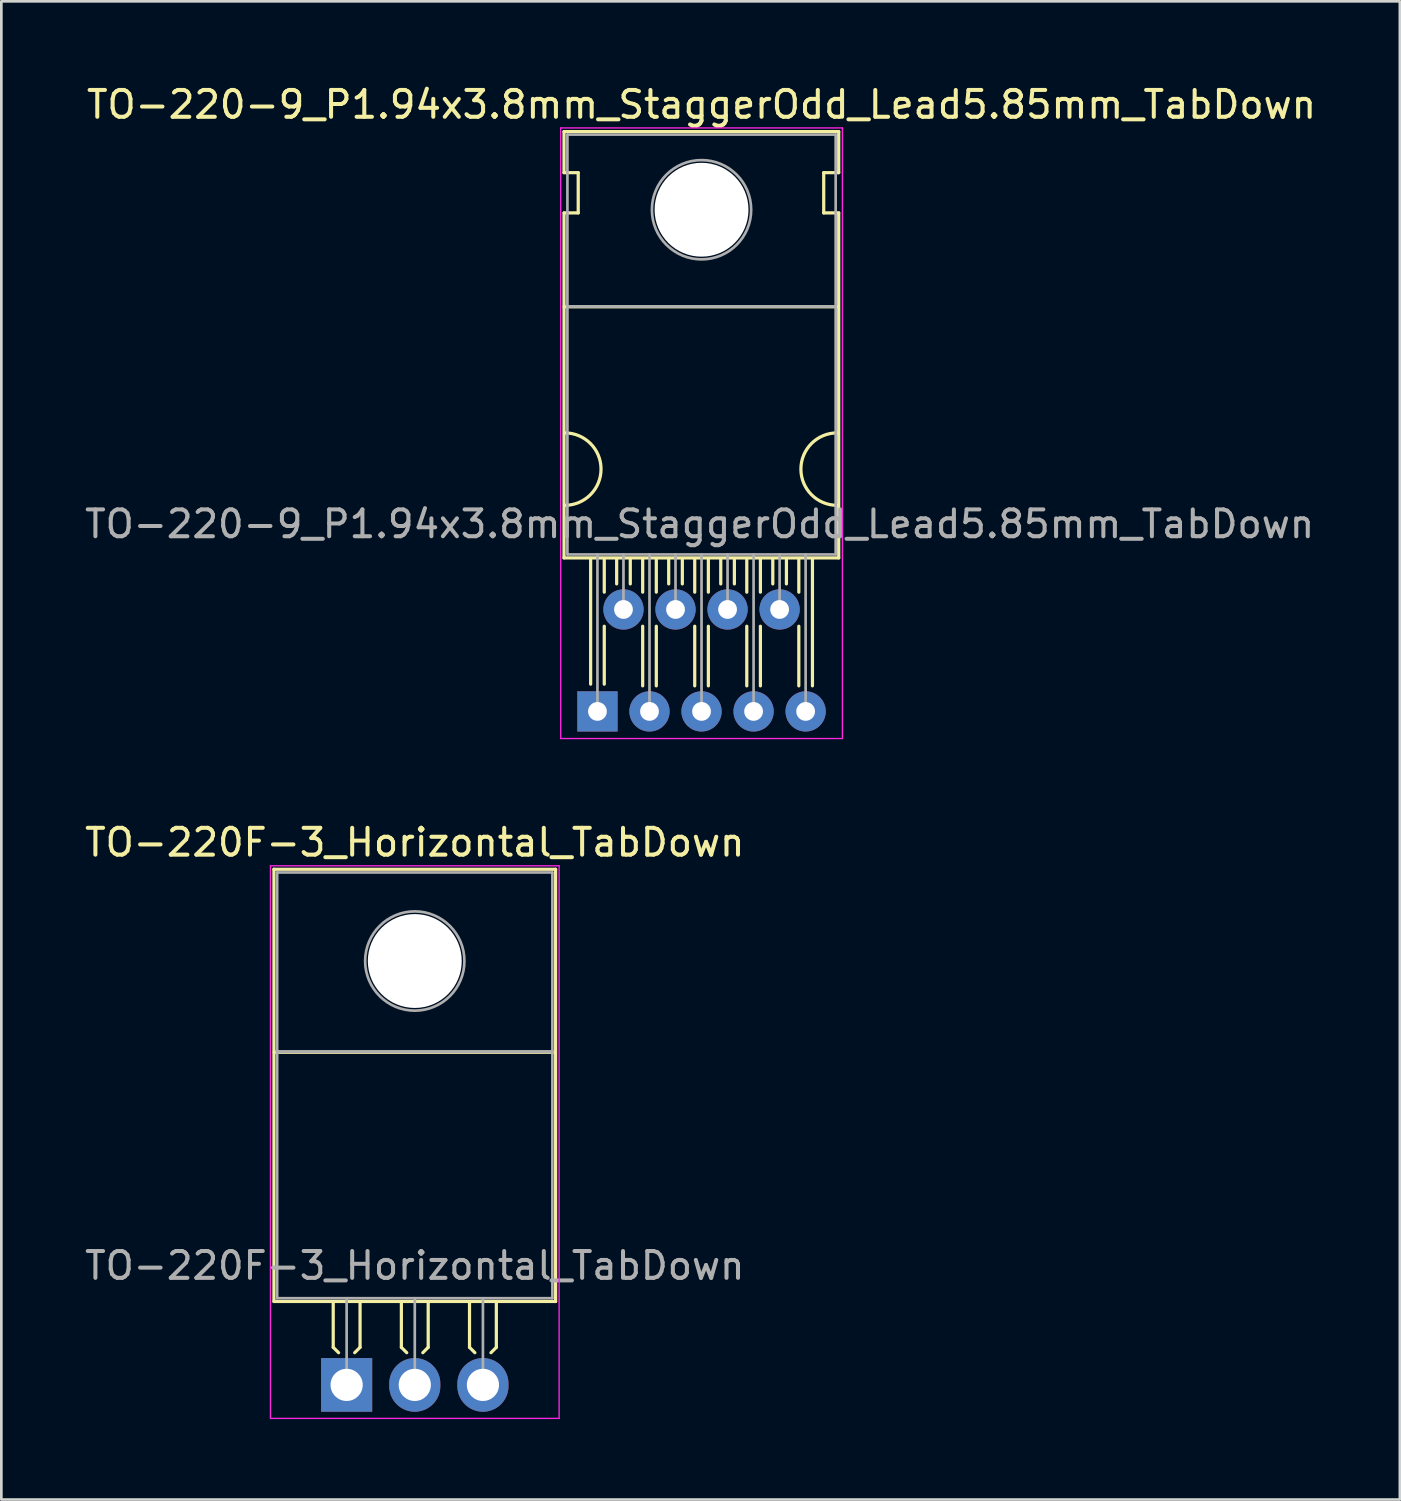
<source format=kicad_pcb>
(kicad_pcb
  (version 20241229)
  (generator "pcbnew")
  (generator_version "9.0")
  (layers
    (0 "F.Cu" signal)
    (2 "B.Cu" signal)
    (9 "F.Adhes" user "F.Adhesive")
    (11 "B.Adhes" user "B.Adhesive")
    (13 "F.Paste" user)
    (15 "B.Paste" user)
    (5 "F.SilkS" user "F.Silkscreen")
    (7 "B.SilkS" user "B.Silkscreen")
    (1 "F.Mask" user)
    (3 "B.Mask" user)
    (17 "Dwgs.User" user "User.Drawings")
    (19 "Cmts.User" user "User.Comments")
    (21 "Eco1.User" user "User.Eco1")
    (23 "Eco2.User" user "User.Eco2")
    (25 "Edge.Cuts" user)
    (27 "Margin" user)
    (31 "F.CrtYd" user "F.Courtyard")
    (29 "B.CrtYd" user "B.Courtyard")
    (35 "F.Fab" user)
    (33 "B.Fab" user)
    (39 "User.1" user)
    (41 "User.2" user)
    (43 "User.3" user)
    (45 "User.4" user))
  (footprint "TO-220F-3_Horizontal_TabDown"
    (layer "F.Cu")
    (at 9.871 48.572)
    (property "Reference" "TO-220F-3_Horizontal_TabDown" (at 2.54 -20.22 0) (layer "F.SilkS") (effects (font (size 1 1) (thickness 0.15))))
    (attr through_hole)
    (fp_line (start -2.71 -19.22) (end -2.71 -3.11) (stroke (width 0.12) (type solid)) (layer "F.SilkS"))
    (fp_line (start -2.71 -19.22) (end 7.79 -19.22) (stroke (width 0.12) (type solid)) (layer "F.SilkS"))
    (fp_line (start -2.71 -3.11) (end 7.79 -3.11) (stroke (width 0.12) (type solid)) (layer "F.SilkS"))
    (fp_line (start -2.7 -12.4) (end 7.75 -12.4) (stroke (width 0.12) (type solid)) (layer "F.SilkS"))
    (fp_line (start -0.5 -3.048) (end -0.5 -1.4) (stroke (width 0.12) (type solid)) (layer "F.SilkS"))
    (fp_line (start -0.5 -1.4) (end -0.3 -1.2) (stroke (width 0.12) (type solid)) (layer "F.SilkS"))
    (fp_line (start 0.5 -3.048) (end 0.5 -1.4) (stroke (width 0.12) (type solid)) (layer "F.SilkS"))
    (fp_line (start 0.5 -1.4) (end 0.3 -1.2) (stroke (width 0.12) (type solid)) (layer "F.SilkS"))
    (fp_line (start 2.04 -3.048) (end 2.04 -1.4) (stroke (width 0.12) (type solid)) (layer "F.SilkS"))
    (fp_line (start 2.04 -1.4) (end 2.24 -1.2) (stroke (width 0.12) (type solid)) (layer "F.SilkS"))
    (fp_line (start 3.04 -3.048) (end 3.04 -1.4) (stroke (width 0.12) (type solid)) (layer "F.SilkS"))
    (fp_line (start 3.04 -1.4) (end 2.84 -1.2) (stroke (width 0.12) (type solid)) (layer "F.SilkS"))
    (fp_line (start 4.58 -3.048) (end 4.58 -1.4) (stroke (width 0.12) (type solid)) (layer "F.SilkS"))
    (fp_line (start 4.58 -1.4) (end 4.78 -1.2) (stroke (width 0.12) (type solid)) (layer "F.SilkS"))
    (fp_line (start 5.58 -3.048) (end 5.58 -1.4) (stroke (width 0.12) (type solid)) (layer "F.SilkS"))
    (fp_line (start 5.58 -1.4) (end 5.38 -1.2) (stroke (width 0.12) (type solid)) (layer "F.SilkS"))
    (fp_line (start 7.79 -19.22) (end 7.79 -3.11) (stroke (width 0.12) (type solid)) (layer "F.SilkS"))
    (fp_line (start -2.84 -19.35) (end -2.84 1.25) (stroke (width 0.05) (type solid)) (layer "F.CrtYd"))
    (fp_line (start -2.84 1.25) (end 7.92 1.25) (stroke (width 0.05) (type solid)) (layer "F.CrtYd"))
    (fp_line (start 7.92 -19.35) (end -2.84 -19.35) (stroke (width 0.05) (type solid)) (layer "F.CrtYd"))
    (fp_line (start 7.92 1.25) (end 7.92 -19.35) (stroke (width 0.05) (type solid)) (layer "F.CrtYd"))
    (fp_line (start -2.59 -19.1) (end 7.67 -19.1) (stroke (width 0.1) (type solid)) (layer "F.Fab"))
    (fp_line (start -2.59 -12.42) (end -2.59 -19.1) (stroke (width 0.1) (type solid)) (layer "F.Fab"))
    (fp_line (start -2.59 -12.42) (end 7.67 -12.42) (stroke (width 0.1) (type solid)) (layer "F.Fab"))
    (fp_line (start -2.59 -3.23) (end -2.59 -12.42) (stroke (width 0.1) (type solid)) (layer "F.Fab"))
    (fp_line (start 0 -3.23) (end 0 0) (stroke (width 0.1) (type solid)) (layer "F.Fab"))
    (fp_line (start 2.54 -3.23) (end 2.54 0) (stroke (width 0.1) (type solid)) (layer "F.Fab"))
    (fp_line (start 5.08 -3.23) (end 5.08 0) (stroke (width 0.1) (type solid)) (layer "F.Fab"))
    (fp_line (start 7.67 -19.1) (end 7.67 -12.42) (stroke (width 0.1) (type solid)) (layer "F.Fab"))
    (fp_line (start 7.67 -12.42) (end -2.59 -12.42) (stroke (width 0.1) (type solid)) (layer "F.Fab"))
    (fp_line (start 7.67 -12.42) (end 7.67 -3.23) (stroke (width 0.1) (type solid)) (layer "F.Fab"))
    (fp_line (start 7.67 -3.23) (end -2.59 -3.23) (stroke (width 0.1) (type solid)) (layer "F.Fab"))
    (fp_circle (center 2.54 -15.8) (end 4.39 -15.8) (stroke (width 0.1) (type solid)) (fill no) (layer "F.Fab"))
    (fp_text user "${REFERENCE}" (at 2.54 -4.445 0) (layer "F.Fab") (effects (font (size 1 1) (thickness 0.15))))
    (pad "" np_thru_hole oval (at 2.54 -15.8) (size 3.5 3.5) (drill 3.5) (layers "*.Cu" "*.Mask"))
    (pad "1" thru_hole rect (at 0 0) (size 1.905 2) (drill 1.2) (layers "*.Cu" "*.Mask"))
    (pad "2" thru_hole oval (at 2.54 0) (size 1.905 2) (drill 1.2) (layers "*.Cu" "*.Mask"))
    (pad "3" thru_hole oval (at 5.08 0) (size 1.905 2) (drill 1.2) (layers "*.Cu" "*.Mask")))
  (footprint "TO-220-9_P1.94x3.8mm_StaggerOdd_Lead5.85mm_TabDown"
    (layer "F.Cu")
    (at 19.22 23.468)
    (property "Reference" "TO-220-9_P1.94x3.8mm_StaggerOdd_Lead5.85mm_TabDown" (at 3.88 -22.62 0) (layer "F.SilkS") (effects (font (size 1 1) (thickness 0.15))))
    (attr through_hole)
    (fp_line (start -1.246 -21.612) (end -1.246 -20.082) (stroke (width 0.12) (type solid)) (layer "F.SilkS"))
    (fp_line (start -1.246 -21.612) (end 8.993 -21.612) (stroke (width 0.12) (type solid)) (layer "F.SilkS"))
    (fp_line (start -1.246 -20.082) (end -0.717 -20.082) (stroke (width 0.12) (type solid)) (layer "F.SilkS"))
    (fp_line (start -1.246 -18.582) (end -1.246 -5.722) (stroke (width 0.12) (type solid)) (layer "F.SilkS"))
    (fp_line (start -1.246 -5.722) (end 8.993 -5.722) (stroke (width 0.12) (type solid)) (layer "F.SilkS"))
    (fp_line (start -1.242 -15.082) (end 8.983 -15.082) (stroke (width 0.12) (type solid)) (layer "F.SilkS"))
    (fp_line (start -0.717 -20.082) (end -0.717 -18.582) (stroke (width 0.12) (type solid)) (layer "F.SilkS"))
    (fp_line (start -0.717 -18.582) (end -1.242 -18.582) (stroke (width 0.12) (type solid)) (layer "F.SilkS"))
    (fp_line (start -0.254 -1.016) (end -0.254 -5.662) (stroke (width 0.12) (type solid)) (layer "F.SilkS"))
    (fp_line (start 0.254 -4.445) (end 0.254 -5.662) (stroke (width 0.12) (type solid)) (layer "F.SilkS"))
    (fp_line (start 0.254 -1.016) (end 0.254 -3.175) (stroke (width 0.12) (type solid)) (layer "F.SilkS"))
    (fp_line (start 0.716 -4.753) (end 0.716 -5.662) (stroke (width 0.12) (type solid)) (layer "F.SilkS"))
    (fp_line (start 1.224 -4.753) (end 1.224 -5.662) (stroke (width 0.12) (type solid)) (layer "F.SilkS"))
    (fp_line (start 1.686 -4.445) (end 1.686 -5.662) (stroke (width 0.12) (type solid)) (layer "F.SilkS"))
    (fp_line (start 1.686 -0.953) (end 1.686 -3.175) (stroke (width 0.12) (type solid)) (layer "F.SilkS"))
    (fp_line (start 2.194 -4.445) (end 2.194 -5.662) (stroke (width 0.12) (type solid)) (layer "F.SilkS"))
    (fp_line (start 2.194 -0.953) (end 2.194 -3.175) (stroke (width 0.12) (type solid)) (layer "F.SilkS"))
    (fp_line (start 2.656 -4.753) (end 2.656 -5.662) (stroke (width 0.12) (type solid)) (layer "F.SilkS"))
    (fp_line (start 3.164 -4.753) (end 3.164 -5.662) (stroke (width 0.12) (type solid)) (layer "F.SilkS"))
    (fp_line (start 3.626 -4.445) (end 3.626 -5.662) (stroke (width 0.12) (type solid)) (layer "F.SilkS"))
    (fp_line (start 3.626 -0.953) (end 3.626 -3.175) (stroke (width 0.12) (type solid)) (layer "F.SilkS"))
    (fp_line (start 4.134 -4.445) (end 4.134 -5.662) (stroke (width 0.12) (type solid)) (layer "F.SilkS"))
    (fp_line (start 4.134 -0.953) (end 4.134 -3.175) (stroke (width 0.12) (type solid)) (layer "F.SilkS"))
    (fp_line (start 4.596 -4.753) (end 4.596 -5.662) (stroke (width 0.12) (type solid)) (layer "F.SilkS"))
    (fp_line (start 5.104 -4.753) (end 5.104 -5.662) (stroke (width 0.12) (type solid)) (layer "F.SilkS"))
    (fp_line (start 5.566 -4.445) (end 5.566 -5.662) (stroke (width 0.12) (type solid)) (layer "F.SilkS"))
    (fp_line (start 5.566 -0.953) (end 5.566 -3.175) (stroke (width 0.12) (type solid)) (layer "F.SilkS"))
    (fp_line (start 6.074 -4.445) (end 6.074 -5.662) (stroke (width 0.12) (type solid)) (layer "F.SilkS"))
    (fp_line (start 6.074 -0.953) (end 6.074 -3.175) (stroke (width 0.12) (type solid)) (layer "F.SilkS"))
    (fp_line (start 6.536 -4.753) (end 6.536 -5.662) (stroke (width 0.12) (type solid)) (layer "F.SilkS"))
    (fp_line (start 7.044 -4.753) (end 7.044 -5.662) (stroke (width 0.12) (type solid)) (layer "F.SilkS"))
    (fp_line (start 7.506 -4.445) (end 7.506 -5.662) (stroke (width 0.12) (type solid)) (layer "F.SilkS"))
    (fp_line (start 7.506 -0.953) (end 7.506 -3.175) (stroke (width 0.12) (type solid)) (layer "F.SilkS"))
    (fp_line (start 8.014 -0.953) (end 8.014 -5.662) (stroke (width 0.12) (type solid)) (layer "F.SilkS"))
    (fp_line (start 8.434 -20.082) (end 8.993 -20.082) (stroke (width 0.12) (type solid)) (layer "F.SilkS"))
    (fp_line (start 8.434 -18.582) (end 8.434 -20.082) (stroke (width 0.12) (type solid)) (layer "F.SilkS"))
    (fp_line (start 8.993 -21.612) (end 8.993 -20.082) (stroke (width 0.12) (type solid)) (layer "F.SilkS"))
    (fp_line (start 8.993 -18.582) (end 8.434 -18.582) (stroke (width 0.12) (type solid)) (layer "F.SilkS"))
    (fp_line (start 8.993 -18.582) (end 8.993 -5.722) (stroke (width 0.12) (type solid)) (layer "F.SilkS"))
    (fp_arc (start -1.2165 -10.382) (mid 0.1335 -9.032) (end -1.2165 -7.682) (stroke (width 0.12) (type solid)) (layer "F.SilkS"))
    (fp_arc (start 8.9335 -7.682) (mid 7.5835 -9.032) (end 8.9335 -10.382) (stroke (width 0.12) (type solid)) (layer "F.SilkS"))
    (fp_line (start -1.37 -21.75) (end -1.37 1.01) (stroke (width 0.05) (type solid)) (layer "F.CrtYd"))
    (fp_line (start -1.37 1.01) (end 9.13 1.01) (stroke (width 0.05) (type solid)) (layer "F.CrtYd"))
    (fp_line (start 9.13 -21.75) (end -1.37 -21.75) (stroke (width 0.05) (type solid)) (layer "F.CrtYd"))
    (fp_line (start 9.13 1.01) (end 9.13 -21.75) (stroke (width 0.05) (type solid)) (layer "F.CrtYd"))
    (fp_line (start -1.12 -21.5) (end 8.88 -21.5) (stroke (width 0.1) (type solid)) (layer "F.Fab"))
    (fp_line (start -1.12 -15.1) (end -1.12 -21.5) (stroke (width 0.1) (type solid)) (layer "F.Fab"))
    (fp_line (start -1.12 -15.1) (end 8.88 -15.1) (stroke (width 0.1) (type solid)) (layer "F.Fab"))
    (fp_line (start -1.12 -5.85) (end -1.12 -15.1) (stroke (width 0.1) (type solid)) (layer "F.Fab"))
    (fp_line (start 0 -5.85) (end 0 0) (stroke (width 0.1) (type solid)) (layer "F.Fab"))
    (fp_line (start 0.97 -5.85) (end 0.97 -3.8) (stroke (width 0.1) (type solid)) (layer "F.Fab"))
    (fp_line (start 1.94 -5.85) (end 1.94 0) (stroke (width 0.1) (type solid)) (layer "F.Fab"))
    (fp_line (start 2.91 -5.85) (end 2.91 -3.8) (stroke (width 0.1) (type solid)) (layer "F.Fab"))
    (fp_line (start 3.88 -5.85) (end 3.88 0) (stroke (width 0.1) (type solid)) (layer "F.Fab"))
    (fp_line (start 4.85 -5.85) (end 4.85 -3.8) (stroke (width 0.1) (type solid)) (layer "F.Fab"))
    (fp_line (start 5.82 -5.85) (end 5.82 0) (stroke (width 0.1) (type solid)) (layer "F.Fab"))
    (fp_line (start 6.79 -5.85) (end 6.79 -3.8) (stroke (width 0.1) (type solid)) (layer "F.Fab"))
    (fp_line (start 7.76 -5.85) (end 7.76 0) (stroke (width 0.1) (type solid)) (layer "F.Fab"))
    (fp_line (start 8.88 -21.5) (end 8.88 -15.1) (stroke (width 0.1) (type solid)) (layer "F.Fab"))
    (fp_line (start 8.88 -15.1) (end -1.12 -15.1) (stroke (width 0.1) (type solid)) (layer "F.Fab"))
    (fp_line (start 8.88 -15.1) (end 8.88 -5.85) (stroke (width 0.1) (type solid)) (layer "F.Fab"))
    (fp_line (start 8.88 -5.85) (end -1.12 -5.85) (stroke (width 0.1) (type solid)) (layer "F.Fab"))
    (fp_circle (center 3.88 -18.7) (end 5.73 -18.7) (stroke (width 0.1) (type solid)) (fill no) (layer "F.Fab"))
    (fp_text user "${REFERENCE}" (at 3.81 -6.985 0) (layer "F.Fab") (effects (font (size 1 1) (thickness 0.15))))
    (pad "" np_thru_hole oval (at 3.88 -18.7) (size 3.5 3.5) (drill 3.5) (layers "*.Cu" "*.Mask"))
    (pad "1" thru_hole rect (at 0 0) (size 1.5 1.5) (drill 0.7) (layers "*.Cu" "*.Mask"))
    (pad "2" thru_hole oval (at 0.97 -3.8) (size 1.5 1.5) (drill 0.7) (layers "*.Cu" "*.Mask"))
    (pad "3" thru_hole oval (at 1.94 0) (size 1.5 1.5) (drill 0.7) (layers "*.Cu" "*.Mask"))
    (pad "4" thru_hole oval (at 2.91 -3.8) (size 1.5 1.5) (drill 0.7) (layers "*.Cu" "*.Mask"))
    (pad "5" thru_hole oval (at 3.88 0) (size 1.5 1.5) (drill 0.7) (layers "*.Cu" "*.Mask"))
    (pad "6" thru_hole oval (at 4.85 -3.8) (size 1.5 1.5) (drill 0.7) (layers "*.Cu" "*.Mask"))
    (pad "7" thru_hole oval (at 5.82 0) (size 1.5 1.5) (drill 0.7) (layers "*.Cu" "*.Mask"))
    (pad "8" thru_hole oval (at 6.79 -3.8) (size 1.5 1.5) (drill 0.7) (layers "*.Cu" "*.Mask"))
    (pad "9" thru_hole oval (at 7.76 0) (size 1.5 1.5) (drill 0.7) (layers "*.Cu" "*.Mask")))
  (gr_rect
    (start -3 -3)
    (end 49.13 52.846)
    (stroke (width 0.1) (type default))
    (fill no)
    (layer "Edge.Cuts")))
</source>
